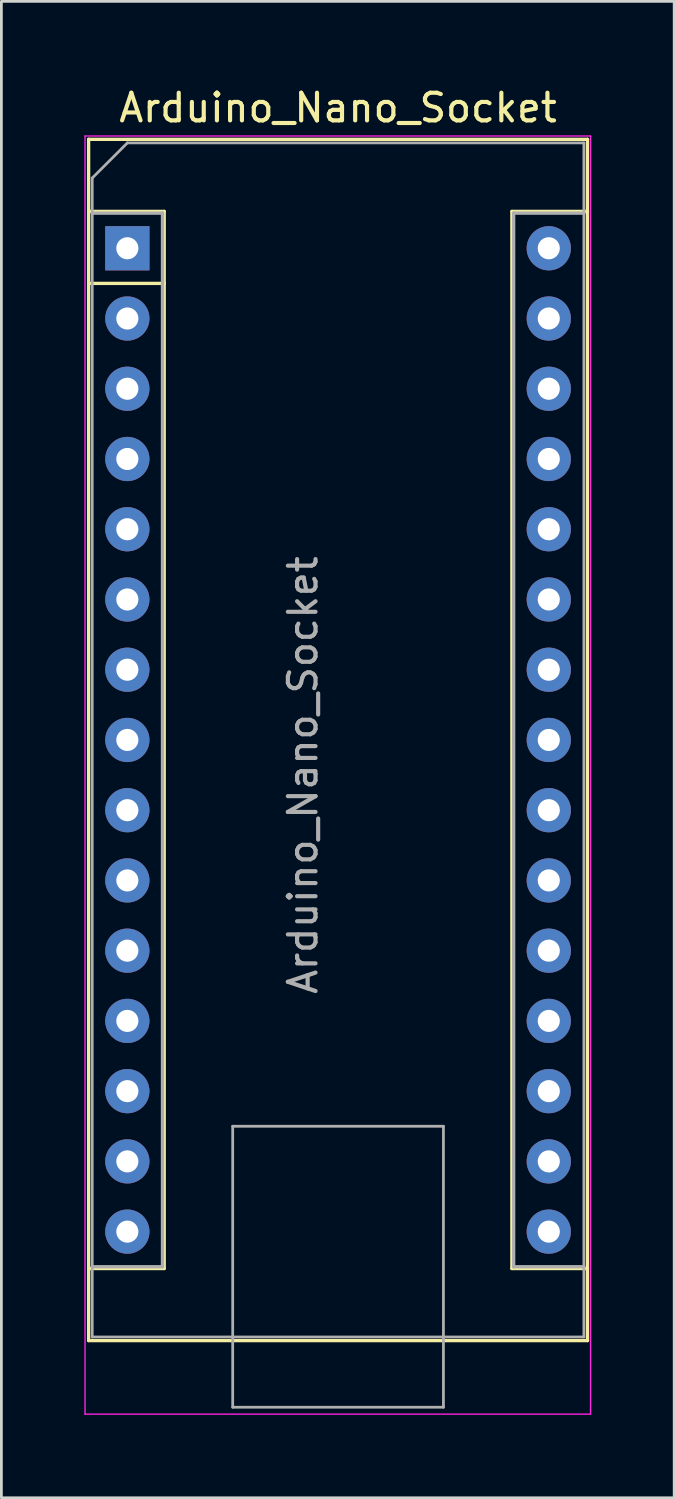
<source format=kicad_pcb>
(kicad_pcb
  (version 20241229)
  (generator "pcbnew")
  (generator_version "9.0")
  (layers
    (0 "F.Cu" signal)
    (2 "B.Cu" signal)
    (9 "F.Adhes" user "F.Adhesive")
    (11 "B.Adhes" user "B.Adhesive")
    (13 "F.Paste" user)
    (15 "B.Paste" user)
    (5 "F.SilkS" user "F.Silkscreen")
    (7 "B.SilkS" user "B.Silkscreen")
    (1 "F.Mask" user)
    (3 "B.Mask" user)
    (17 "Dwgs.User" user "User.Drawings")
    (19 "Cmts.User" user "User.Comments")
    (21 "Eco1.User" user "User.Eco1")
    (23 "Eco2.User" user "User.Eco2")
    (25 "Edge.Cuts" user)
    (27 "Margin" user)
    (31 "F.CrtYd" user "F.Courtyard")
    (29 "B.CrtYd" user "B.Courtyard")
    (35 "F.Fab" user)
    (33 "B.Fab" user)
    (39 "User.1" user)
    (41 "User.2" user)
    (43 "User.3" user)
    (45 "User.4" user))
  (footprint "Arduino_Nano_Socket"
    (layer "F.Cu")
    (at 1.555 5.928)
    (property "Reference" "Arduino_Nano_Socket" (at 7.62 -5.08 0) (layer "F.SilkS") (effects (font (size 1 1) (thickness 0.15))))
    (attr through_hole)
    (fp_line (start -1.4 -3.94) (end -1.4 39.5) (stroke (width 0.12) (type solid)) (layer "F.SilkS"))
    (fp_line (start -1.4 39.5) (end 16.64 39.5) (stroke (width 0.12) (type solid)) (layer "F.SilkS"))
    (fp_line (start -1.397 36.894) (end 1.333 36.894) (stroke (width 0.12) (type solid)) (layer "F.SilkS"))
    (fp_line (start 1.333 -1.333) (end -1.397 -1.333) (stroke (width 0.12) (type solid)) (layer "F.SilkS"))
    (fp_line (start 1.333 1.27) (end -1.397 1.27) (stroke (width 0.12) (type solid)) (layer "F.SilkS"))
    (fp_line (start 1.333 36.894) (end 1.333 -1.333) (stroke (width 0.12) (type solid)) (layer "F.SilkS"))
    (fp_line (start 13.906 -1.333) (end 13.906 36.894) (stroke (width 0.12) (type solid)) (layer "F.SilkS"))
    (fp_line (start 13.906 36.894) (end 16.637 36.894) (stroke (width 0.12) (type solid)) (layer "F.SilkS"))
    (fp_line (start 16.637 -1.333) (end 13.906 -1.333) (stroke (width 0.12) (type solid)) (layer "F.SilkS"))
    (fp_line (start 16.64 -3.94) (end -1.4 -3.94) (stroke (width 0.12) (type solid)) (layer "F.SilkS"))
    (fp_line (start 16.64 39.5) (end 16.64 -3.94) (stroke (width 0.12) (type solid)) (layer "F.SilkS"))
    (fp_line (start -1.53 -4.06) (end -1.53 42.16) (stroke (width 0.05) (type solid)) (layer "F.CrtYd"))
    (fp_line (start -1.53 -4.06) (end 16.75 -4.06) (stroke (width 0.05) (type solid)) (layer "F.CrtYd"))
    (fp_line (start 16.75 42.16) (end -1.53 42.16) (stroke (width 0.05) (type solid)) (layer "F.CrtYd"))
    (fp_line (start 16.75 42.16) (end 16.75 -4.06) (stroke (width 0.05) (type solid)) (layer "F.CrtYd"))
    (fp_line (start -1.27 -2.54) (end 0 -3.81) (stroke (width 0.1) (type solid)) (layer "F.Fab"))
    (fp_line (start -1.27 -1.27) (end 1.27 -1.27) (stroke (width 0.12) (type solid)) (layer "F.Fab"))
    (fp_line (start -1.27 39.37) (end -1.27 -2.54) (stroke (width 0.1) (type solid)) (layer "F.Fab"))
    (fp_line (start 0 -3.81) (end 16.51 -3.81) (stroke (width 0.1) (type solid)) (layer "F.Fab"))
    (fp_line (start 1.27 -1.27) (end 1.27 36.83) (stroke (width 0.12) (type solid)) (layer "F.Fab"))
    (fp_line (start 1.27 36.83) (end -1.27 36.83) (stroke (width 0.12) (type solid)) (layer "F.Fab"))
    (fp_line (start 3.81 31.75) (end 11.43 31.75) (stroke (width 0.1) (type solid)) (layer "F.Fab"))
    (fp_line (start 3.81 41.91) (end 3.81 31.75) (stroke (width 0.1) (type solid)) (layer "F.Fab"))
    (fp_line (start 11.43 31.75) (end 11.43 41.91) (stroke (width 0.1) (type solid)) (layer "F.Fab"))
    (fp_line (start 11.43 41.91) (end 3.81 41.91) (stroke (width 0.1) (type solid)) (layer "F.Fab"))
    (fp_line (start 13.97 -1.27) (end 16.51 -1.27) (stroke (width 0.12) (type solid)) (layer "F.Fab"))
    (fp_line (start 13.97 36.83) (end 13.97 -1.27) (stroke (width 0.12) (type solid)) (layer "F.Fab"))
    (fp_line (start 16.51 -3.81) (end 16.51 39.37) (stroke (width 0.1) (type solid)) (layer "F.Fab"))
    (fp_line (start 16.51 36.83) (end 13.97 36.83) (stroke (width 0.12) (type solid)) (layer "F.Fab"))
    (fp_line (start 16.51 39.37) (end -1.27 39.37) (stroke (width 0.1) (type solid)) (layer "F.Fab"))
    (fp_text user "${REFERENCE}" (at 6.35 19.05 90) (layer "F.Fab") (effects (font (size 1 1) (thickness 0.15))))
    (pad "1" thru_hole rect (at 0 0) (size 1.6 1.6) (drill 0.8) (layers "*.Cu" "*.Mask"))
    (pad "2" thru_hole oval (at 0 2.54) (size 1.6 1.6) (drill 0.8) (layers "*.Cu" "*.Mask"))
    (pad "3" thru_hole oval (at 0 5.08) (size 1.6 1.6) (drill 0.8) (layers "*.Cu" "*.Mask"))
    (pad "4" thru_hole oval (at 0 7.62) (size 1.6 1.6) (drill 0.8) (layers "*.Cu" "*.Mask"))
    (pad "5" thru_hole oval (at 0 10.16) (size 1.6 1.6) (drill 0.8) (layers "*.Cu" "*.Mask"))
    (pad "6" thru_hole oval (at 0 12.7) (size 1.6 1.6) (drill 0.8) (layers "*.Cu" "*.Mask"))
    (pad "7" thru_hole oval (at 0 15.24) (size 1.6 1.6) (drill 0.8) (layers "*.Cu" "*.Mask"))
    (pad "8" thru_hole oval (at 0 17.78) (size 1.6 1.6) (drill 0.8) (layers "*.Cu" "*.Mask"))
    (pad "9" thru_hole oval (at 0 20.32) (size 1.6 1.6) (drill 0.8) (layers "*.Cu" "*.Mask"))
    (pad "10" thru_hole oval (at 0 22.86) (size 1.6 1.6) (drill 0.8) (layers "*.Cu" "*.Mask"))
    (pad "11" thru_hole oval (at 0 25.4) (size 1.6 1.6) (drill 0.8) (layers "*.Cu" "*.Mask"))
    (pad "12" thru_hole oval (at 0 27.94) (size 1.6 1.6) (drill 0.8) (layers "*.Cu" "*.Mask"))
    (pad "13" thru_hole oval (at 0 30.48) (size 1.6 1.6) (drill 0.8) (layers "*.Cu" "*.Mask"))
    (pad "14" thru_hole oval (at 0 33.02) (size 1.6 1.6) (drill 0.8) (layers "*.Cu" "*.Mask"))
    (pad "15" thru_hole oval (at 0 35.56) (size 1.6 1.6) (drill 0.8) (layers "*.Cu" "*.Mask"))
    (pad "16" thru_hole oval (at 15.24 35.56) (size 1.6 1.6) (drill 0.8) (layers "*.Cu" "*.Mask"))
    (pad "17" thru_hole oval (at 15.24 33.02) (size 1.6 1.6) (drill 0.8) (layers "*.Cu" "*.Mask"))
    (pad "18" thru_hole oval (at 15.24 30.48) (size 1.6 1.6) (drill 0.8) (layers "*.Cu" "*.Mask"))
    (pad "19" thru_hole oval (at 15.24 27.94) (size 1.6 1.6) (drill 0.8) (layers "*.Cu" "*.Mask"))
    (pad "20" thru_hole oval (at 15.24 25.4) (size 1.6 1.6) (drill 0.8) (layers "*.Cu" "*.Mask"))
    (pad "21" thru_hole oval (at 15.24 22.86) (size 1.6 1.6) (drill 0.8) (layers "*.Cu" "*.Mask"))
    (pad "22" thru_hole oval (at 15.24 20.32) (size 1.6 1.6) (drill 0.8) (layers "*.Cu" "*.Mask"))
    (pad "23" thru_hole oval (at 15.24 17.78) (size 1.6 1.6) (drill 0.8) (layers "*.Cu" "*.Mask"))
    (pad "24" thru_hole oval (at 15.24 15.24) (size 1.6 1.6) (drill 0.8) (layers "*.Cu" "*.Mask"))
    (pad "25" thru_hole oval (at 15.24 12.7) (size 1.6 1.6) (drill 0.8) (layers "*.Cu" "*.Mask"))
    (pad "26" thru_hole oval (at 15.24 10.16) (size 1.6 1.6) (drill 0.8) (layers "*.Cu" "*.Mask"))
    (pad "27" thru_hole oval (at 15.24 7.62) (size 1.6 1.6) (drill 0.8) (layers "*.Cu" "*.Mask"))
    (pad "28" thru_hole oval (at 15.24 5.08) (size 1.6 1.6) (drill 0.8) (layers "*.Cu" "*.Mask"))
    (pad "29" thru_hole oval (at 15.24 2.54) (size 1.6 1.6) (drill 0.8) (layers "*.Cu" "*.Mask"))
    (pad "30" thru_hole oval (at 15.24 0) (size 1.6 1.6) (drill 0.8) (layers "*.Cu" "*.Mask")))
  (gr_rect
    (start -3 -3)
    (end 21.33 51.113)
    (stroke (width 0.1) (type default))
    (fill no)
    (layer "Edge.Cuts")))
</source>
